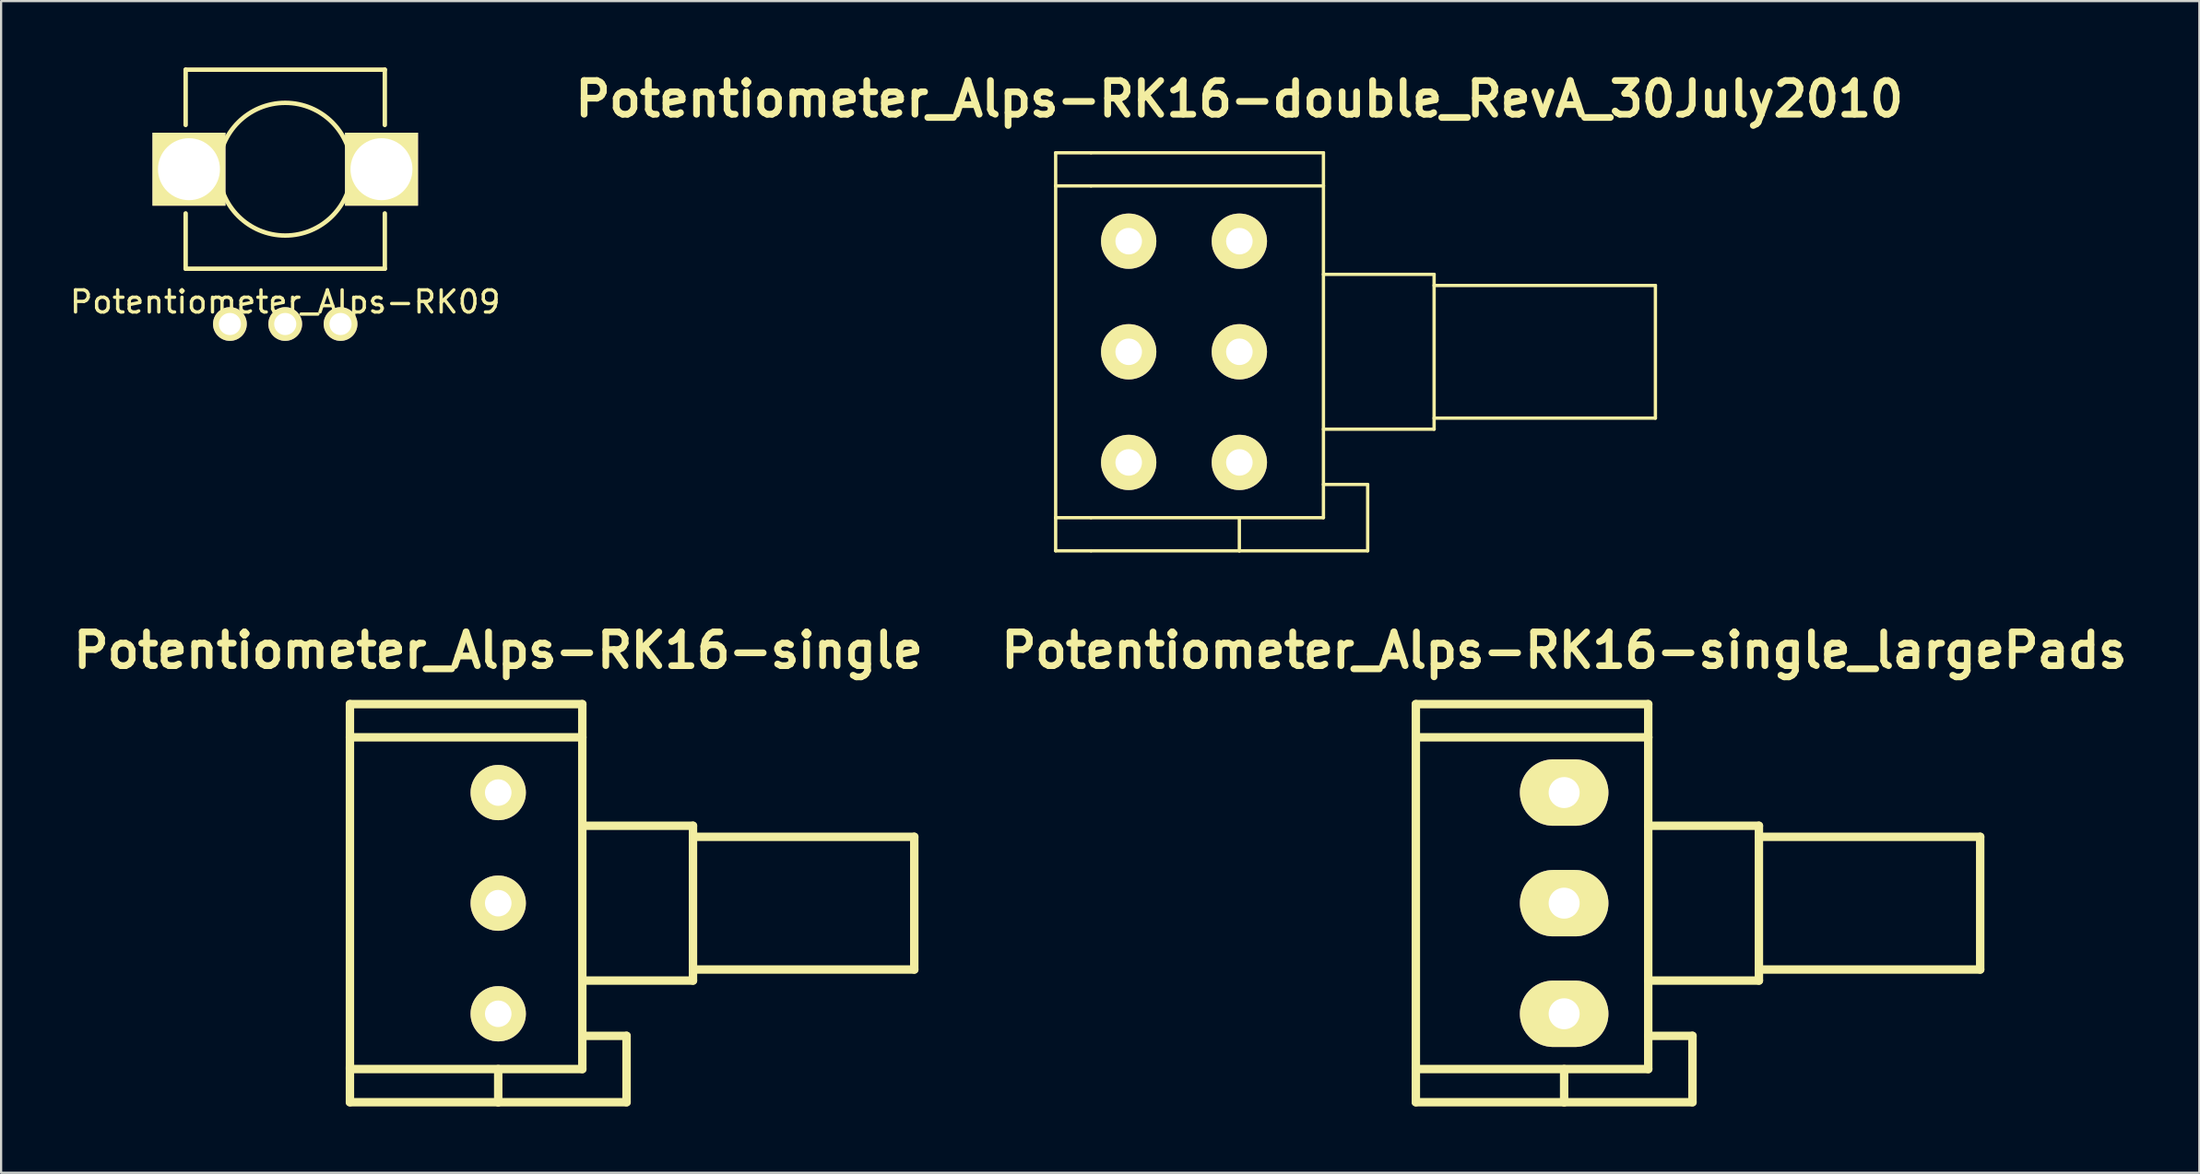
<source format=kicad_pcb>
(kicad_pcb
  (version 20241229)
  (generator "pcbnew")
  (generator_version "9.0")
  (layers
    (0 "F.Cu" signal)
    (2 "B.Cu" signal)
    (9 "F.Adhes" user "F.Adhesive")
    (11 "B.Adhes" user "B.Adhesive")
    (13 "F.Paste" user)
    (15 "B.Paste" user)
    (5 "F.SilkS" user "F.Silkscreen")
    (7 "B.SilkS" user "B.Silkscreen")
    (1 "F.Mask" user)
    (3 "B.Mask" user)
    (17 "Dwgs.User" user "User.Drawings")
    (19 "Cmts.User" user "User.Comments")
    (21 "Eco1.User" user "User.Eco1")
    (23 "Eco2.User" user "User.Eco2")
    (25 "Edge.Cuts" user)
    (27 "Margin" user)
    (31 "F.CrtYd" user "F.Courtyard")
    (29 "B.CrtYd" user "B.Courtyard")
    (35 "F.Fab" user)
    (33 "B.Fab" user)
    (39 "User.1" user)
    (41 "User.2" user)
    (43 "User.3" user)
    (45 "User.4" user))
  (footprint "Potentiometer_Alps-RK16-double_RevA_30July2010"
    (layer "F.Cu")
    (at 52.955 7.855)
    (property "Reference" "Potentiometer_Alps-RK16-double_RevA_30July2010" (at 0 -6.429 0) (layer "F.SilkS") (effects (font (size 1.524 1.524) (thickness 0.305))))
    (attr through_hole)
    (fp_line (start -8.301 -3.998) (end -8.301 -2.499) (stroke (width 0.15) (type solid)) (layer "F.SilkS"))
    (fp_line (start -8.301 -2.499) (end -8.301 12.502) (stroke (width 0.15) (type solid)) (layer "F.SilkS"))
    (fp_line (start -8.301 12.502) (end -6.701 12.502) (stroke (width 0.15) (type solid)) (layer "F.SilkS"))
    (fp_line (start -8.301 14) (end -8.301 12.502) (stroke (width 0.15) (type solid)) (layer "F.SilkS"))
    (fp_line (start -6.701 -3.998) (end -8.301 -3.998) (stroke (width 0.15) (type solid)) (layer "F.SilkS"))
    (fp_line (start -6.701 -2.499) (end -8.301 -2.499) (stroke (width 0.15) (type solid)) (layer "F.SilkS"))
    (fp_line (start -6.701 12.502) (end 3.8 12.502) (stroke (width 0.15) (type solid)) (layer "F.SilkS"))
    (fp_line (start -6.701 14) (end -8.301 14) (stroke (width 0.15) (type solid)) (layer "F.SilkS"))
    (fp_line (start 0 14) (end -6.701 14) (stroke (width 0.15) (type solid)) (layer "F.SilkS"))
    (fp_line (start 0 14) (end 0 12.502) (stroke (width 0.15) (type solid)) (layer "F.SilkS"))
    (fp_line (start 3.8 -3.998) (end -6.701 -3.998) (stroke (width 0.15) (type solid)) (layer "F.SilkS"))
    (fp_line (start 3.8 -2.499) (end -6.701 -2.499) (stroke (width 0.15) (type solid)) (layer "F.SilkS"))
    (fp_line (start 3.8 -2.499) (end 3.8 -3.998) (stroke (width 0.15) (type solid)) (layer "F.SilkS"))
    (fp_line (start 3.8 1.501) (end 8.801 1.501) (stroke (width 0.15) (type solid)) (layer "F.SilkS"))
    (fp_line (start 3.8 11.001) (end 5.799 11.001) (stroke (width 0.15) (type solid)) (layer "F.SilkS"))
    (fp_line (start 3.8 12.502) (end 3.8 -2.499) (stroke (width 0.15) (type solid)) (layer "F.SilkS"))
    (fp_line (start 5.799 11.001) (end 5.799 14) (stroke (width 0.15) (type solid)) (layer "F.SilkS"))
    (fp_line (start 5.799 14) (end 0 14) (stroke (width 0.15) (type solid)) (layer "F.SilkS"))
    (fp_line (start 8.801 1.501) (end 8.801 8.501) (stroke (width 0.15) (type solid)) (layer "F.SilkS"))
    (fp_line (start 8.801 2.002) (end 18.801 2.002) (stroke (width 0.15) (type solid)) (layer "F.SilkS"))
    (fp_line (start 8.801 8.501) (end 3.8 8.501) (stroke (width 0.15) (type solid)) (layer "F.SilkS"))
    (fp_line (start 18.801 2.002) (end 18.801 8.001) (stroke (width 0.15) (type solid)) (layer "F.SilkS"))
    (fp_line (start 18.801 8.001) (end 8.801 8.001) (stroke (width 0.15) (type solid)) (layer "F.SilkS"))
    (pad "11" thru_hole circle (at 0 0) (size 2.499 2.499) (drill 1.199) (layers "*.Cu" "*.Mask" "F.SilkS"))
    (pad "12" thru_hole circle (at 0 5.001) (size 2.499 2.499) (drill 1.199) (layers "*.Cu" "*.Mask" "F.SilkS"))
    (pad "13" thru_hole circle (at 0 10.003) (size 2.499 2.499) (drill 1.199) (layers "*.Cu" "*.Mask" "F.SilkS"))
    (pad "21" thru_hole circle (at -5.001 0) (size 2.499 2.499) (drill 1.199) (layers "*.Cu" "*.Mask" "F.SilkS"))
    (pad "22" thru_hole circle (at -5.001 5.001) (size 2.499 2.499) (drill 1.199) (layers "*.Cu" "*.Mask" "F.SilkS"))
    (pad "23" thru_hole circle (at -5.001 10.003) (size 2.499 2.499) (drill 1.199) (layers "*.Cu" "*.Mask" "F.SilkS")))
  (footprint "Potentiometer_Alps-RK09"
    (layer "F.Cu")
    (at 9.839 4.6)
    (property "Reference" "Potentiometer_Alps-RK09" (at 0 6 0) (layer "F.SilkS") (effects (font (size 1 1) (thickness 0.15))))
    (attr through_hole)
    (fp_line (start -4.5 -4.5) (end -4.5 -2) (stroke (width 0.2) (type solid)) (layer "F.SilkS"))
    (fp_line (start -4.5 -4.5) (end 4.5 -4.5) (stroke (width 0.2) (type solid)) (layer "F.SilkS"))
    (fp_line (start -4.5 2) (end -4.5 4.5) (stroke (width 0.2) (type solid)) (layer "F.SilkS"))
    (fp_line (start -4.5 4.5) (end 4.5 4.5) (stroke (width 0.2) (type solid)) (layer "F.SilkS"))
    (fp_line (start 4.5 -4.5) (end 4.5 -2) (stroke (width 0.2) (type solid)) (layer "F.SilkS"))
    (fp_line (start 4.5 2) (end 4.5 4.5) (stroke (width 0.2) (type solid)) (layer "F.SilkS"))
    (fp_circle (center 0 0) (end 0 -3) (stroke (width 0.2) (type solid)) (fill no) (layer "F.SilkS"))
    (pad "1" thru_hole circle (at -2.5 7) (size 1.524 1.524) (drill 1) (layers "*.Cu" "*.Mask" "F.SilkS"))
    (pad "2" thru_hole circle (at 0 7) (size 1.524 1.524) (drill 1) (layers "*.Cu" "*.Mask" "F.SilkS"))
    (pad "3" thru_hole circle (at 2.5 7) (size 1.524 1.524) (drill 1) (layers "*.Cu" "*.Mask" "F.SilkS"))
    (pad "4" thru_hole rect (at -4.35 0) (size 3.3 3.3) (drill 2.8) (layers "*.Cu" "*.Mask" "F.SilkS"))
    (pad "5" thru_hole rect (at 4.35 0) (size 3.3 3.3) (drill 2.8) (layers "*.Cu" "*.Mask" "F.SilkS")))
  (footprint "Potentiometer_Alps-RK16-single"
    (layer "F.Cu")
    (at 19.464 37.787)
    (property "Reference" "Potentiometer_Alps-RK16-single" (at 0 -11.43 0) (layer "F.SilkS") (effects (font (size 1.524 1.524) (thickness 0.305))))
    (attr through_hole)
    (fp_line (start -6.701 -8.999) (end -6.701 -7.501) (stroke (width 0.381) (type solid)) (layer "F.SilkS"))
    (fp_line (start -6.701 -7.501) (end -6.701 7.501) (stroke (width 0.381) (type solid)) (layer "F.SilkS"))
    (fp_line (start -6.701 7.501) (end 3.8 7.501) (stroke (width 0.381) (type solid)) (layer "F.SilkS"))
    (fp_line (start -6.701 8.999) (end -6.701 7.399) (stroke (width 0.381) (type solid)) (layer "F.SilkS"))
    (fp_line (start 0 8.999) (end -6.701 8.999) (stroke (width 0.381) (type solid)) (layer "F.SilkS"))
    (fp_line (start 0 8.999) (end 0 7.501) (stroke (width 0.381) (type solid)) (layer "F.SilkS"))
    (fp_line (start 3.8 -8.999) (end -6.701 -8.999) (stroke (width 0.381) (type solid)) (layer "F.SilkS"))
    (fp_line (start 3.8 -7.501) (end -6.701 -7.501) (stroke (width 0.381) (type solid)) (layer "F.SilkS"))
    (fp_line (start 3.8 -7.501) (end 3.8 -8.999) (stroke (width 0.381) (type solid)) (layer "F.SilkS"))
    (fp_line (start 3.8 -3.5) (end 8.801 -3.5) (stroke (width 0.381) (type solid)) (layer "F.SilkS"))
    (fp_line (start 3.8 5.999) (end 5.799 5.999) (stroke (width 0.381) (type solid)) (layer "F.SilkS"))
    (fp_line (start 3.8 7.501) (end 3.8 -7.501) (stroke (width 0.381) (type solid)) (layer "F.SilkS"))
    (fp_line (start 5.799 5.999) (end 5.799 8.999) (stroke (width 0.381) (type solid)) (layer "F.SilkS"))
    (fp_line (start 5.799 8.999) (end 0 8.999) (stroke (width 0.381) (type solid)) (layer "F.SilkS"))
    (fp_line (start 8.801 -3.5) (end 8.801 3.5) (stroke (width 0.381) (type solid)) (layer "F.SilkS"))
    (fp_line (start 8.801 -3) (end 18.801 -3) (stroke (width 0.381) (type solid)) (layer "F.SilkS"))
    (fp_line (start 8.801 3.5) (end 3.8 3.5) (stroke (width 0.381) (type solid)) (layer "F.SilkS"))
    (fp_line (start 18.801 -3) (end 18.801 3) (stroke (width 0.381) (type solid)) (layer "F.SilkS"))
    (fp_line (start 18.801 3) (end 8.801 3) (stroke (width 0.381) (type solid)) (layer "F.SilkS"))
    (pad "1" thru_hole circle (at 0 -5.001) (size 2.499 2.499) (drill 1.199) (layers "*.Cu" "*.Mask" "F.SilkS"))
    (pad "2" thru_hole circle (at 0 0) (size 2.499 2.499) (drill 1.199) (layers "*.Cu" "*.Mask" "F.SilkS"))
    (pad "3" thru_hole circle (at 0 5.001) (size 2.499 2.499) (drill 1.199) (layers "*.Cu" "*.Mask" "F.SilkS")))
  (footprint "Potentiometer_Alps-RK16-single_largePads"
    (layer "F.Cu")
    (at 67.632 37.787)
    (property "Reference" "Potentiometer_Alps-RK16-single_largePads" (at 0 -11.43 0) (layer "F.SilkS") (effects (font (size 1.524 1.524) (thickness 0.305))))
    (attr through_hole)
    (fp_line (start -6.701 -8.999) (end -6.701 -7.501) (stroke (width 0.381) (type solid)) (layer "F.SilkS"))
    (fp_line (start -6.701 -7.501) (end -6.701 7.501) (stroke (width 0.381) (type solid)) (layer "F.SilkS"))
    (fp_line (start -6.701 7.501) (end 3.8 7.501) (stroke (width 0.381) (type solid)) (layer "F.SilkS"))
    (fp_line (start -6.701 8.999) (end -6.701 7.399) (stroke (width 0.381) (type solid)) (layer "F.SilkS"))
    (fp_line (start 0 8.999) (end -6.701 8.999) (stroke (width 0.381) (type solid)) (layer "F.SilkS"))
    (fp_line (start 0 8.999) (end 0 7.501) (stroke (width 0.381) (type solid)) (layer "F.SilkS"))
    (fp_line (start 3.8 -8.999) (end -6.701 -8.999) (stroke (width 0.381) (type solid)) (layer "F.SilkS"))
    (fp_line (start 3.8 -7.501) (end -6.701 -7.501) (stroke (width 0.381) (type solid)) (layer "F.SilkS"))
    (fp_line (start 3.8 -7.501) (end 3.8 -8.999) (stroke (width 0.381) (type solid)) (layer "F.SilkS"))
    (fp_line (start 3.8 -3.5) (end 8.801 -3.5) (stroke (width 0.381) (type solid)) (layer "F.SilkS"))
    (fp_line (start 3.8 5.999) (end 5.799 5.999) (stroke (width 0.381) (type solid)) (layer "F.SilkS"))
    (fp_line (start 3.8 7.501) (end 3.8 -7.501) (stroke (width 0.381) (type solid)) (layer "F.SilkS"))
    (fp_line (start 5.799 5.999) (end 5.799 8.999) (stroke (width 0.381) (type solid)) (layer "F.SilkS"))
    (fp_line (start 5.799 8.999) (end 0 8.999) (stroke (width 0.381) (type solid)) (layer "F.SilkS"))
    (fp_line (start 8.801 -3.5) (end 8.801 3.5) (stroke (width 0.381) (type solid)) (layer "F.SilkS"))
    (fp_line (start 8.801 -3) (end 18.801 -3) (stroke (width 0.381) (type solid)) (layer "F.SilkS"))
    (fp_line (start 8.801 3.5) (end 3.8 3.5) (stroke (width 0.381) (type solid)) (layer "F.SilkS"))
    (fp_line (start 18.801 -3) (end 18.801 3) (stroke (width 0.381) (type solid)) (layer "F.SilkS"))
    (fp_line (start 18.801 3) (end 8.801 3) (stroke (width 0.381) (type solid)) (layer "F.SilkS"))
    (pad "1" thru_hole oval (at 0 -5.001) (size 4 3) (drill 1.4) (layers "*.Cu" "*.Mask" "F.SilkS"))
    (pad "2" thru_hole oval (at 0 0) (size 4 3) (drill 1.4) (layers "*.Cu" "*.Mask" "F.SilkS"))
    (pad "3" thru_hole oval (at 0 5.001) (size 4 3) (drill 1.4) (layers "*.Cu" "*.Mask" "F.SilkS")))
  (gr_rect
    (start -3 -3)
    (end 96.337 49.977)
    (stroke (width 0.1) (type default))
    (fill no)
    (layer "Edge.Cuts")))
</source>
